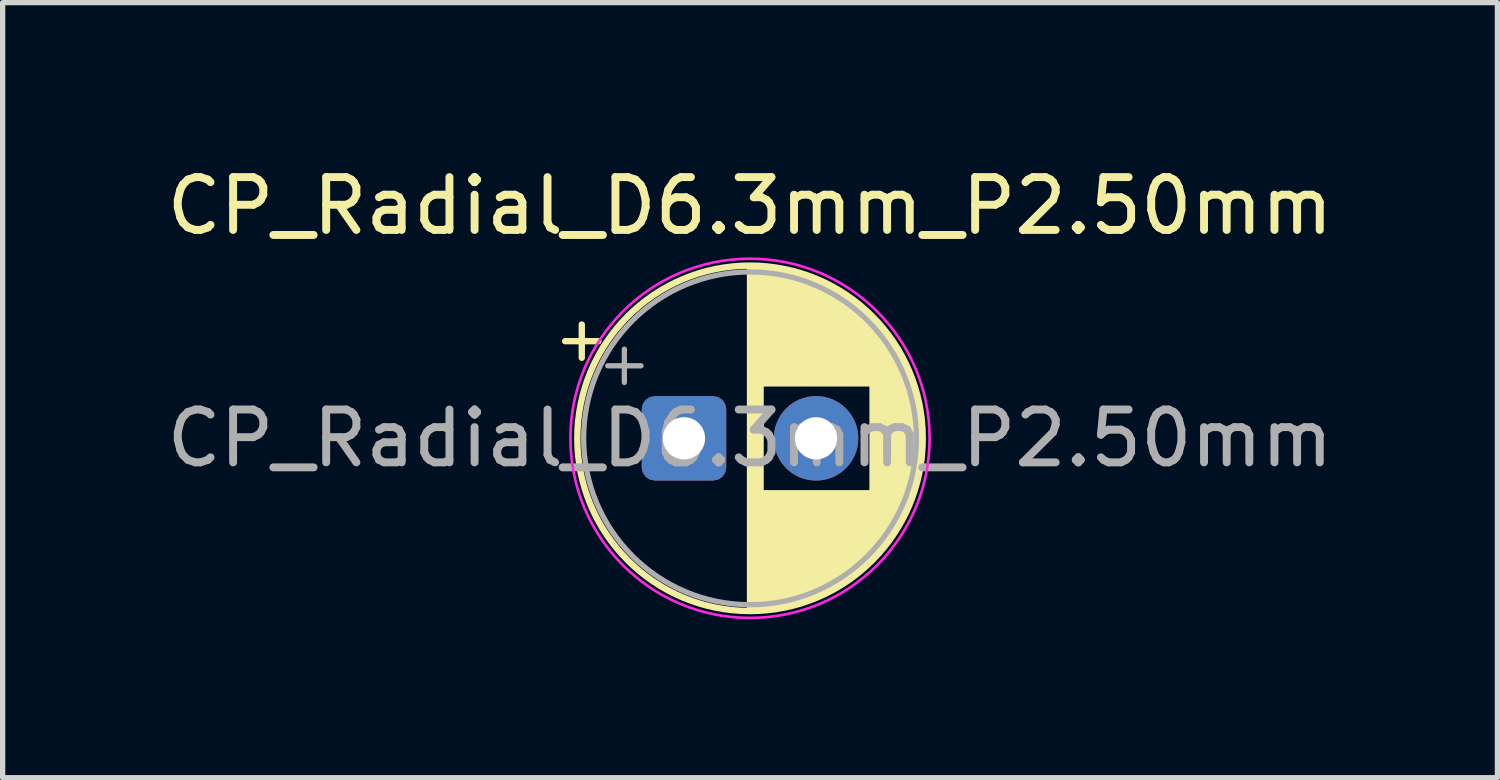
<source format=kicad_pcb>
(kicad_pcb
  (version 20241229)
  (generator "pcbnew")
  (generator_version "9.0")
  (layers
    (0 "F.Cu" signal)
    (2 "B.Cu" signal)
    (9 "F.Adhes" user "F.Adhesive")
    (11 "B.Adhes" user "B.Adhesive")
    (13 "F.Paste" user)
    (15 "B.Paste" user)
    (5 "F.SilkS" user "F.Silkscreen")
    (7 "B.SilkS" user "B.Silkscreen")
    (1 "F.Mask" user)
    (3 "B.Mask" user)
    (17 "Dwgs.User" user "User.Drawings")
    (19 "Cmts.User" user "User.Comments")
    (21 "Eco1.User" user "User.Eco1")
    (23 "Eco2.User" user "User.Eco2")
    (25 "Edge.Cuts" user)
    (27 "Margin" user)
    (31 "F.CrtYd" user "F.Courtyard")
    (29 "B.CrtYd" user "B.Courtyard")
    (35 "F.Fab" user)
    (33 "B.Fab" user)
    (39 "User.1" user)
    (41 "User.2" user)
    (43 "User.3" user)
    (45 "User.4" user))
  (footprint "CP_Radial_D6.3mm_P2.50mm"
    (layer "F.Cu")
    (at 9.899 5.248)
    (property "Reference" "CP_Radial_D6.3mm_P2.50mm" (at 1.25 -4.4 180) (layer "F.SilkS") (effects (font (size 1 1) (thickness 0.15))))
    (attr through_hole)
    (fp_line (start -2.25 -1.839) (end -1.62 -1.839) (stroke (width 0.12) (type solid)) (layer "F.SilkS"))
    (fp_line (start -1.935 -2.154) (end -1.935 -1.524) (stroke (width 0.12) (type solid)) (layer "F.SilkS"))
    (fp_line (start 1.25 -3.23) (end 1.25 3.23) (stroke (width 0.12) (type solid)) (layer "F.SilkS"))
    (fp_line (start 1.29 -3.23) (end 1.29 3.23) (stroke (width 0.12) (type solid)) (layer "F.SilkS"))
    (fp_line (start 1.33 -3.229) (end 1.33 3.229) (stroke (width 0.12) (type solid)) (layer "F.SilkS"))
    (fp_line (start 1.37 -3.228) (end 1.37 3.228) (stroke (width 0.12) (type solid)) (layer "F.SilkS"))
    (fp_line (start 1.41 -3.226) (end 1.41 3.226) (stroke (width 0.12) (type solid)) (layer "F.SilkS"))
    (fp_line (start 1.45 -3.224) (end 1.45 3.224) (stroke (width 0.12) (type solid)) (layer "F.SilkS"))
    (fp_line (start 1.49 -3.221) (end 1.49 -1.04) (stroke (width 0.12) (type solid)) (layer "F.SilkS"))
    (fp_line (start 1.49 1.04) (end 1.49 3.221) (stroke (width 0.12) (type solid)) (layer "F.SilkS"))
    (fp_line (start 1.53 -3.218) (end 1.53 -1.04) (stroke (width 0.12) (type solid)) (layer "F.SilkS"))
    (fp_line (start 1.53 1.04) (end 1.53 3.218) (stroke (width 0.12) (type solid)) (layer "F.SilkS"))
    (fp_line (start 1.57 -3.214) (end 1.57 -1.04) (stroke (width 0.12) (type solid)) (layer "F.SilkS"))
    (fp_line (start 1.57 1.04) (end 1.57 3.214) (stroke (width 0.12) (type solid)) (layer "F.SilkS"))
    (fp_line (start 1.61 -3.21) (end 1.61 -1.04) (stroke (width 0.12) (type solid)) (layer "F.SilkS"))
    (fp_line (start 1.61 1.04) (end 1.61 3.21) (stroke (width 0.12) (type solid)) (layer "F.SilkS"))
    (fp_line (start 1.65 -3.205) (end 1.65 -1.04) (stroke (width 0.12) (type solid)) (layer "F.SilkS"))
    (fp_line (start 1.65 1.04) (end 1.65 3.205) (stroke (width 0.12) (type solid)) (layer "F.SilkS"))
    (fp_line (start 1.69 -3.2) (end 1.69 -1.04) (stroke (width 0.12) (type solid)) (layer "F.SilkS"))
    (fp_line (start 1.69 1.04) (end 1.69 3.2) (stroke (width 0.12) (type solid)) (layer "F.SilkS"))
    (fp_line (start 1.73 -3.195) (end 1.73 -1.04) (stroke (width 0.12) (type solid)) (layer "F.SilkS"))
    (fp_line (start 1.73 1.04) (end 1.73 3.195) (stroke (width 0.12) (type solid)) (layer "F.SilkS"))
    (fp_line (start 1.77 -3.188) (end 1.77 -1.04) (stroke (width 0.12) (type solid)) (layer "F.SilkS"))
    (fp_line (start 1.77 1.04) (end 1.77 3.188) (stroke (width 0.12) (type solid)) (layer "F.SilkS"))
    (fp_line (start 1.81 -3.182) (end 1.81 -1.04) (stroke (width 0.12) (type solid)) (layer "F.SilkS"))
    (fp_line (start 1.81 1.04) (end 1.81 3.182) (stroke (width 0.12) (type solid)) (layer "F.SilkS"))
    (fp_line (start 1.85 -3.174) (end 1.85 -1.04) (stroke (width 0.12) (type solid)) (layer "F.SilkS"))
    (fp_line (start 1.85 1.04) (end 1.85 3.174) (stroke (width 0.12) (type solid)) (layer "F.SilkS"))
    (fp_line (start 1.89 -3.167) (end 1.89 -1.04) (stroke (width 0.12) (type solid)) (layer "F.SilkS"))
    (fp_line (start 1.89 1.04) (end 1.89 3.167) (stroke (width 0.12) (type solid)) (layer "F.SilkS"))
    (fp_line (start 1.93 -3.159) (end 1.93 -1.04) (stroke (width 0.12) (type solid)) (layer "F.SilkS"))
    (fp_line (start 1.93 1.04) (end 1.93 3.159) (stroke (width 0.12) (type solid)) (layer "F.SilkS"))
    (fp_line (start 1.97 -3.15) (end 1.97 -1.04) (stroke (width 0.12) (type solid)) (layer "F.SilkS"))
    (fp_line (start 1.97 1.04) (end 1.97 3.15) (stroke (width 0.12) (type solid)) (layer "F.SilkS"))
    (fp_line (start 2.01 -3.14) (end 2.01 -1.04) (stroke (width 0.12) (type solid)) (layer "F.SilkS"))
    (fp_line (start 2.01 1.04) (end 2.01 3.14) (stroke (width 0.12) (type solid)) (layer "F.SilkS"))
    (fp_line (start 2.05 -3.131) (end 2.05 -1.04) (stroke (width 0.12) (type solid)) (layer "F.SilkS"))
    (fp_line (start 2.05 1.04) (end 2.05 3.131) (stroke (width 0.12) (type solid)) (layer "F.SilkS"))
    (fp_line (start 2.09 -3.12) (end 2.09 -1.04) (stroke (width 0.12) (type solid)) (layer "F.SilkS"))
    (fp_line (start 2.09 1.04) (end 2.09 3.12) (stroke (width 0.12) (type solid)) (layer "F.SilkS"))
    (fp_line (start 2.13 -3.109) (end 2.13 -1.04) (stroke (width 0.12) (type solid)) (layer "F.SilkS"))
    (fp_line (start 2.13 1.04) (end 2.13 3.109) (stroke (width 0.12) (type solid)) (layer "F.SilkS"))
    (fp_line (start 2.17 -3.098) (end 2.17 -1.04) (stroke (width 0.12) (type solid)) (layer "F.SilkS"))
    (fp_line (start 2.17 1.04) (end 2.17 3.098) (stroke (width 0.12) (type solid)) (layer "F.SilkS"))
    (fp_line (start 2.21 -3.086) (end 2.21 -1.04) (stroke (width 0.12) (type solid)) (layer "F.SilkS"))
    (fp_line (start 2.21 1.04) (end 2.21 3.086) (stroke (width 0.12) (type solid)) (layer "F.SilkS"))
    (fp_line (start 2.25 -3.073) (end 2.25 -1.04) (stroke (width 0.12) (type solid)) (layer "F.SilkS"))
    (fp_line (start 2.25 1.04) (end 2.25 3.073) (stroke (width 0.12) (type solid)) (layer "F.SilkS"))
    (fp_line (start 2.29 -3.06) (end 2.29 -1.04) (stroke (width 0.12) (type solid)) (layer "F.SilkS"))
    (fp_line (start 2.29 1.04) (end 2.29 3.06) (stroke (width 0.12) (type solid)) (layer "F.SilkS"))
    (fp_line (start 2.33 -3.047) (end 2.33 -1.04) (stroke (width 0.12) (type solid)) (layer "F.SilkS"))
    (fp_line (start 2.33 1.04) (end 2.33 3.047) (stroke (width 0.12) (type solid)) (layer "F.SilkS"))
    (fp_line (start 2.37 -3.032) (end 2.37 -1.04) (stroke (width 0.12) (type solid)) (layer "F.SilkS"))
    (fp_line (start 2.37 1.04) (end 2.37 3.032) (stroke (width 0.12) (type solid)) (layer "F.SilkS"))
    (fp_line (start 2.41 -3.017) (end 2.41 -1.04) (stroke (width 0.12) (type solid)) (layer "F.SilkS"))
    (fp_line (start 2.41 1.04) (end 2.41 3.017) (stroke (width 0.12) (type solid)) (layer "F.SilkS"))
    (fp_line (start 2.45 -3.002) (end 2.45 -1.04) (stroke (width 0.12) (type solid)) (layer "F.SilkS"))
    (fp_line (start 2.45 1.04) (end 2.45 3.002) (stroke (width 0.12) (type solid)) (layer "F.SilkS"))
    (fp_line (start 2.49 -2.986) (end 2.49 -1.04) (stroke (width 0.12) (type solid)) (layer "F.SilkS"))
    (fp_line (start 2.49 1.04) (end 2.49 2.986) (stroke (width 0.12) (type solid)) (layer "F.SilkS"))
    (fp_line (start 2.53 -2.969) (end 2.53 -1.04) (stroke (width 0.12) (type solid)) (layer "F.SilkS"))
    (fp_line (start 2.53 1.04) (end 2.53 2.969) (stroke (width 0.12) (type solid)) (layer "F.SilkS"))
    (fp_line (start 2.57 -2.952) (end 2.57 -1.04) (stroke (width 0.12) (type solid)) (layer "F.SilkS"))
    (fp_line (start 2.57 1.04) (end 2.57 2.952) (stroke (width 0.12) (type solid)) (layer "F.SilkS"))
    (fp_line (start 2.61 -2.934) (end 2.61 -1.04) (stroke (width 0.12) (type solid)) (layer "F.SilkS"))
    (fp_line (start 2.61 1.04) (end 2.61 2.934) (stroke (width 0.12) (type solid)) (layer "F.SilkS"))
    (fp_line (start 2.65 -2.915) (end 2.65 -1.04) (stroke (width 0.12) (type solid)) (layer "F.SilkS"))
    (fp_line (start 2.65 1.04) (end 2.65 2.915) (stroke (width 0.12) (type solid)) (layer "F.SilkS"))
    (fp_line (start 2.69 -2.896) (end 2.69 -1.04) (stroke (width 0.12) (type solid)) (layer "F.SilkS"))
    (fp_line (start 2.69 1.04) (end 2.69 2.896) (stroke (width 0.12) (type solid)) (layer "F.SilkS"))
    (fp_line (start 2.73 -2.876) (end 2.73 -1.04) (stroke (width 0.12) (type solid)) (layer "F.SilkS"))
    (fp_line (start 2.73 1.04) (end 2.73 2.876) (stroke (width 0.12) (type solid)) (layer "F.SilkS"))
    (fp_line (start 2.77 -2.855) (end 2.77 -1.04) (stroke (width 0.12) (type solid)) (layer "F.SilkS"))
    (fp_line (start 2.77 1.04) (end 2.77 2.855) (stroke (width 0.12) (type solid)) (layer "F.SilkS"))
    (fp_line (start 2.81 -2.834) (end 2.81 -1.04) (stroke (width 0.12) (type solid)) (layer "F.SilkS"))
    (fp_line (start 2.81 1.04) (end 2.81 2.834) (stroke (width 0.12) (type solid)) (layer "F.SilkS"))
    (fp_line (start 2.85 -2.812) (end 2.85 -1.04) (stroke (width 0.12) (type solid)) (layer "F.SilkS"))
    (fp_line (start 2.85 1.04) (end 2.85 2.812) (stroke (width 0.12) (type solid)) (layer "F.SilkS"))
    (fp_line (start 2.89 -2.789) (end 2.89 -1.04) (stroke (width 0.12) (type solid)) (layer "F.SilkS"))
    (fp_line (start 2.89 1.04) (end 2.89 2.789) (stroke (width 0.12) (type solid)) (layer "F.SilkS"))
    (fp_line (start 2.93 -2.765) (end 2.93 -1.04) (stroke (width 0.12) (type solid)) (layer "F.SilkS"))
    (fp_line (start 2.93 1.04) (end 2.93 2.765) (stroke (width 0.12) (type solid)) (layer "F.SilkS"))
    (fp_line (start 2.97 -2.741) (end 2.97 -1.04) (stroke (width 0.12) (type solid)) (layer "F.SilkS"))
    (fp_line (start 2.97 1.04) (end 2.97 2.741) (stroke (width 0.12) (type solid)) (layer "F.SilkS"))
    (fp_line (start 3.01 -2.716) (end 3.01 -1.04) (stroke (width 0.12) (type solid)) (layer "F.SilkS"))
    (fp_line (start 3.01 1.04) (end 3.01 2.716) (stroke (width 0.12) (type solid)) (layer "F.SilkS"))
    (fp_line (start 3.05 -2.69) (end 3.05 -1.04) (stroke (width 0.12) (type solid)) (layer "F.SilkS"))
    (fp_line (start 3.05 1.04) (end 3.05 2.69) (stroke (width 0.12) (type solid)) (layer "F.SilkS"))
    (fp_line (start 3.09 -2.663) (end 3.09 -1.04) (stroke (width 0.12) (type solid)) (layer "F.SilkS"))
    (fp_line (start 3.09 1.04) (end 3.09 2.663) (stroke (width 0.12) (type solid)) (layer "F.SilkS"))
    (fp_line (start 3.13 -2.636) (end 3.13 -1.04) (stroke (width 0.12) (type solid)) (layer "F.SilkS"))
    (fp_line (start 3.13 1.04) (end 3.13 2.636) (stroke (width 0.12) (type solid)) (layer "F.SilkS"))
    (fp_line (start 3.17 -2.607) (end 3.17 -1.04) (stroke (width 0.12) (type solid)) (layer "F.SilkS"))
    (fp_line (start 3.17 1.04) (end 3.17 2.607) (stroke (width 0.12) (type solid)) (layer "F.SilkS"))
    (fp_line (start 3.21 -2.577) (end 3.21 -1.04) (stroke (width 0.12) (type solid)) (layer "F.SilkS"))
    (fp_line (start 3.21 1.04) (end 3.21 2.577) (stroke (width 0.12) (type solid)) (layer "F.SilkS"))
    (fp_line (start 3.25 -2.547) (end 3.25 -1.04) (stroke (width 0.12) (type solid)) (layer "F.SilkS"))
    (fp_line (start 3.25 1.04) (end 3.25 2.547) (stroke (width 0.12) (type solid)) (layer "F.SilkS"))
    (fp_line (start 3.29 -2.516) (end 3.29 -1.04) (stroke (width 0.12) (type solid)) (layer "F.SilkS"))
    (fp_line (start 3.29 1.04) (end 3.29 2.516) (stroke (width 0.12) (type solid)) (layer "F.SilkS"))
    (fp_line (start 3.33 -2.483) (end 3.33 -1.04) (stroke (width 0.12) (type solid)) (layer "F.SilkS"))
    (fp_line (start 3.33 1.04) (end 3.33 2.483) (stroke (width 0.12) (type solid)) (layer "F.SilkS"))
    (fp_line (start 3.37 -2.45) (end 3.37 -1.04) (stroke (width 0.12) (type solid)) (layer "F.SilkS"))
    (fp_line (start 3.37 1.04) (end 3.37 2.45) (stroke (width 0.12) (type solid)) (layer "F.SilkS"))
    (fp_line (start 3.41 -2.415) (end 3.41 -1.04) (stroke (width 0.12) (type solid)) (layer "F.SilkS"))
    (fp_line (start 3.41 1.04) (end 3.41 2.415) (stroke (width 0.12) (type solid)) (layer "F.SilkS"))
    (fp_line (start 3.45 -2.379) (end 3.45 -1.04) (stroke (width 0.12) (type solid)) (layer "F.SilkS"))
    (fp_line (start 3.45 1.04) (end 3.45 2.379) (stroke (width 0.12) (type solid)) (layer "F.SilkS"))
    (fp_line (start 3.49 -2.342) (end 3.49 -1.04) (stroke (width 0.12) (type solid)) (layer "F.SilkS"))
    (fp_line (start 3.49 1.04) (end 3.49 2.342) (stroke (width 0.12) (type solid)) (layer "F.SilkS"))
    (fp_line (start 3.53 -2.304) (end 3.53 -1.04) (stroke (width 0.12) (type solid)) (layer "F.SilkS"))
    (fp_line (start 3.53 1.04) (end 3.53 2.304) (stroke (width 0.12) (type solid)) (layer "F.SilkS"))
    (fp_line (start 3.57 -2.264) (end 3.57 2.264) (stroke (width 0.12) (type solid)) (layer "F.SilkS"))
    (fp_line (start 3.61 -2.223) (end 3.61 2.223) (stroke (width 0.12) (type solid)) (layer "F.SilkS"))
    (fp_line (start 3.65 -2.181) (end 3.65 2.181) (stroke (width 0.12) (type solid)) (layer "F.SilkS"))
    (fp_line (start 3.69 -2.137) (end 3.69 2.137) (stroke (width 0.12) (type solid)) (layer "F.SilkS"))
    (fp_line (start 3.73 -2.091) (end 3.73 2.091) (stroke (width 0.12) (type solid)) (layer "F.SilkS"))
    (fp_line (start 3.77 -2.044) (end 3.77 2.044) (stroke (width 0.12) (type solid)) (layer "F.SilkS"))
    (fp_line (start 3.81 -1.995) (end 3.81 1.995) (stroke (width 0.12) (type solid)) (layer "F.SilkS"))
    (fp_line (start 3.85 -1.943) (end 3.85 1.943) (stroke (width 0.12) (type solid)) (layer "F.SilkS"))
    (fp_line (start 3.89 -1.89) (end 3.89 1.89) (stroke (width 0.12) (type solid)) (layer "F.SilkS"))
    (fp_line (start 3.93 -1.834) (end 3.93 1.834) (stroke (width 0.12) (type solid)) (layer "F.SilkS"))
    (fp_line (start 3.97 -1.775) (end 3.97 1.775) (stroke (width 0.12) (type solid)) (layer "F.SilkS"))
    (fp_line (start 4.01 -1.714) (end 4.01 1.714) (stroke (width 0.12) (type solid)) (layer "F.SilkS"))
    (fp_line (start 4.05 -1.649) (end 4.05 1.649) (stroke (width 0.12) (type solid)) (layer "F.SilkS"))
    (fp_line (start 4.09 -1.581) (end 4.09 1.581) (stroke (width 0.12) (type solid)) (layer "F.SilkS"))
    (fp_line (start 4.13 -1.509) (end 4.13 1.509) (stroke (width 0.12) (type solid)) (layer "F.SilkS"))
    (fp_line (start 4.17 -1.432) (end 4.17 1.432) (stroke (width 0.12) (type solid)) (layer "F.SilkS"))
    (fp_line (start 4.21 -1.35) (end 4.21 1.35) (stroke (width 0.12) (type solid)) (layer "F.SilkS"))
    (fp_line (start 4.25 -1.261) (end 4.25 1.261) (stroke (width 0.12) (type solid)) (layer "F.SilkS"))
    (fp_line (start 4.29 -1.165) (end 4.29 1.165) (stroke (width 0.12) (type solid)) (layer "F.SilkS"))
    (fp_line (start 4.33 -1.058) (end 4.33 1.058) (stroke (width 0.12) (type solid)) (layer "F.SilkS"))
    (fp_line (start 4.37 -0.939) (end 4.37 0.939) (stroke (width 0.12) (type solid)) (layer "F.SilkS"))
    (fp_line (start 4.41 -0.801) (end 4.41 0.801) (stroke (width 0.12) (type solid)) (layer "F.SilkS"))
    (fp_line (start 4.45 -0.633) (end 4.45 0.633) (stroke (width 0.12) (type solid)) (layer "F.SilkS"))
    (fp_line (start 4.49 -0.402) (end 4.49 0.402) (stroke (width 0.12) (type solid)) (layer "F.SilkS"))
    (fp_circle (center 1.25 0) (end 4.52 0) (stroke (width 0.12) (type solid)) (fill no) (layer "F.SilkS"))
    (fp_circle (center 1.25 0) (end 4.65 0) (stroke (width 0.05) (type solid)) (fill no) (layer "F.CrtYd"))
    (fp_line (start -1.444 -1.373) (end -0.814 -1.373) (stroke (width 0.1) (type solid)) (layer "F.Fab"))
    (fp_line (start -1.129 -1.688) (end -1.129 -1.058) (stroke (width 0.1) (type solid)) (layer "F.Fab"))
    (fp_circle (center 1.25 0) (end 4.4 0) (stroke (width 0.1) (type solid)) (fill no) (layer "F.Fab"))
    (fp_text user "${REFERENCE}" (at 1.25 0 180) (layer "F.Fab") (effects (font (size 1 1) (thickness 0.15))))
    (pad "1" thru_hole roundrect (at 0 0) (size 1.6 1.6) (drill 0.8) (layers "*.Cu" "*.Mask") (roundrect_rratio 0.156))
    (pad "2" thru_hole circle (at 2.5 0) (size 1.6 1.6) (drill 0.8) (layers "*.Cu" "*.Mask")))
  (gr_rect
    (start -3 -3)
    (end 25.298 11.673)
    (stroke (width 0.1) (type default))
    (fill no)
    (layer "Edge.Cuts")))
</source>
